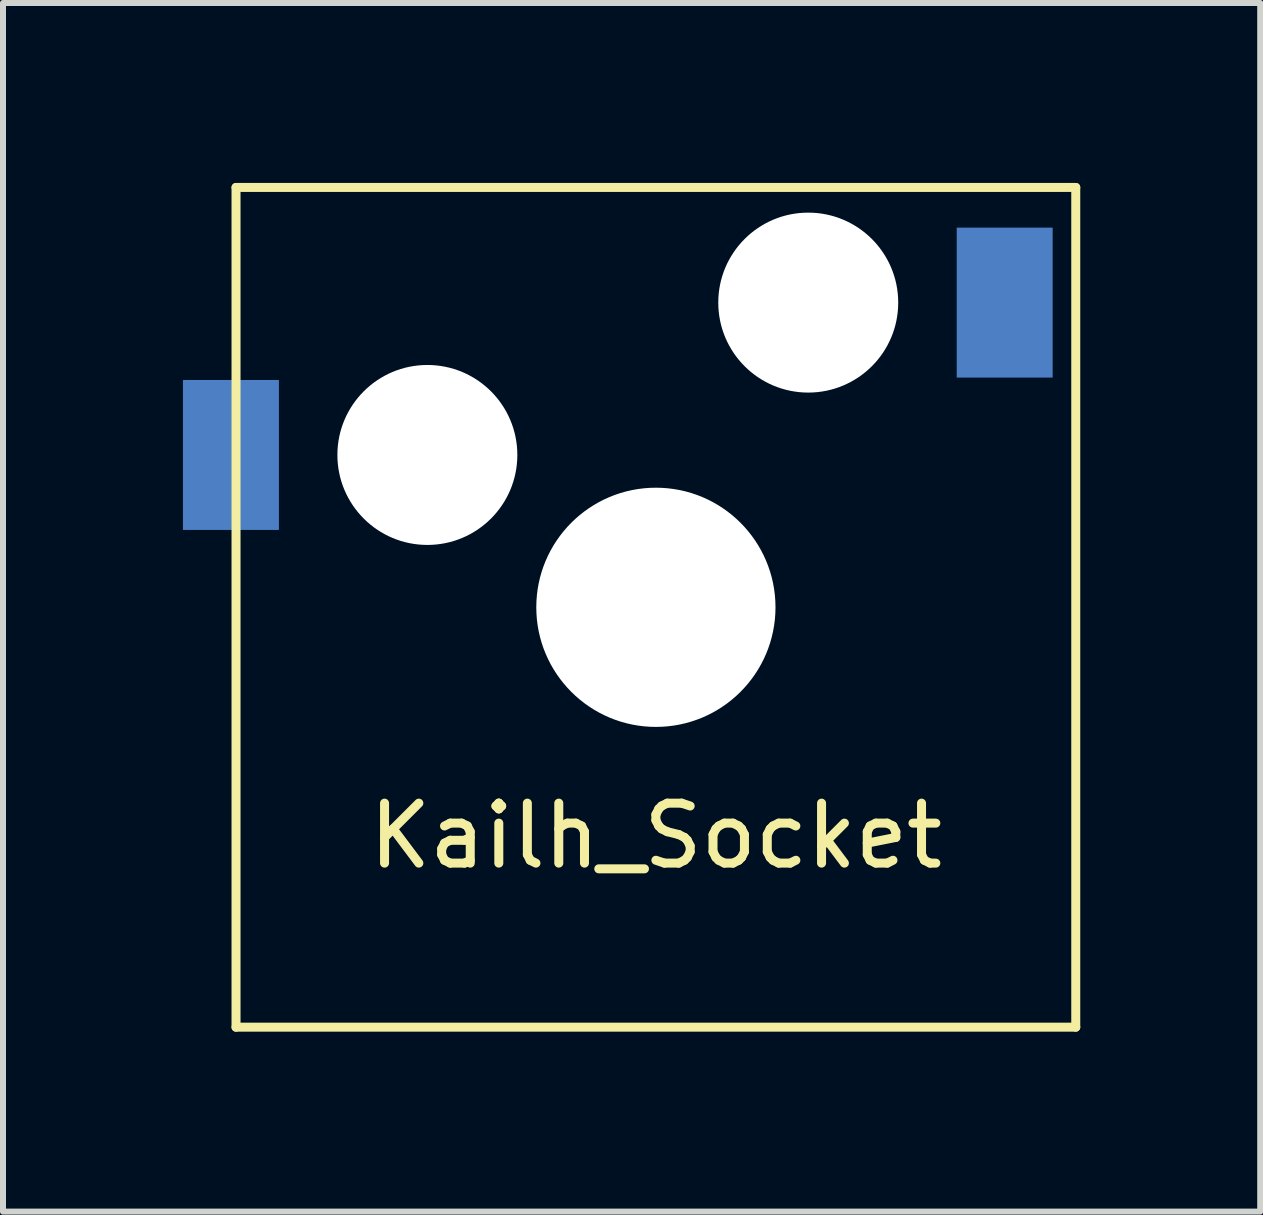
<source format=kicad_pcb>
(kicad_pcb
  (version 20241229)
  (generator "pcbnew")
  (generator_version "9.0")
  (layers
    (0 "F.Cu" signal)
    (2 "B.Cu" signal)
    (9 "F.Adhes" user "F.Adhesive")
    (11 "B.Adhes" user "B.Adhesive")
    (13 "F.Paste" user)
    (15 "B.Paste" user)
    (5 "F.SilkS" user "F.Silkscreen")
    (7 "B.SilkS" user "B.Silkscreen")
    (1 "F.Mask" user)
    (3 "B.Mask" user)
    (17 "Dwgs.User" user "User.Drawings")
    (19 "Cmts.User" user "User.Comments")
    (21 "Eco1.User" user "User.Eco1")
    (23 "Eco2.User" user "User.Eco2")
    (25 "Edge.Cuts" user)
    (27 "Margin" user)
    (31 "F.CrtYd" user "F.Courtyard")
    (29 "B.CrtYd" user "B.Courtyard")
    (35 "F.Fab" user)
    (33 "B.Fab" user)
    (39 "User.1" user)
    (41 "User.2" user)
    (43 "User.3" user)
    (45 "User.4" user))
  (footprint "Kailh_Socket"
    (layer "F.Cu")
    (at 7.885 7.075)
    (property "Reference" "Kailh_Socket" (at 0 3.81 0) (layer "F.SilkS") (effects (font (size 1 1) (thickness 0.15))))
    (attr through_hole)
    (fp_line (start -7 -7) (end 7 -7) (stroke (width 0.15) (type solid)) (layer "F.SilkS"))
    (fp_line (start -7 7) (end -7 -7) (stroke (width 0.15) (type solid)) (layer "F.SilkS"))
    (fp_line (start -7 7) (end 7 7) (stroke (width 0.15) (type solid)) (layer "F.SilkS"))
    (fp_line (start 7 7) (end 7 -7) (stroke (width 0.15) (type solid)) (layer "F.SilkS"))
    (pad "" np_thru_hole circle (at -3.81 -2.54) (size 3 3) (drill 3) (layers "*.Cu" "*.Mask"))
    (pad "" np_thru_hole circle (at 0 0) (size 3.988 3.988) (drill 3.988) (layers "*.Cu" "*.Mask"))
    (pad "" np_thru_hole circle (at 2.54 -5.08) (size 3 3) (drill 3) (layers "*.Cu" "*.Mask"))
    (pad "1" smd rect (at -7.085 -2.54) (size 1.6 2.5) (layers "B.Cu" "B.Mask" "B.Paste"))
    (pad "2" smd rect (at 5.815 -5.08) (size 1.6 2.5) (layers "B.Cu" "B.Mask" "B.Paste")))
  (gr_rect
    (start -3 -3)
    (end 17.96 17.15)
    (stroke (width 0.1) (type default))
    (fill no)
    (layer "Edge.Cuts")))
</source>
